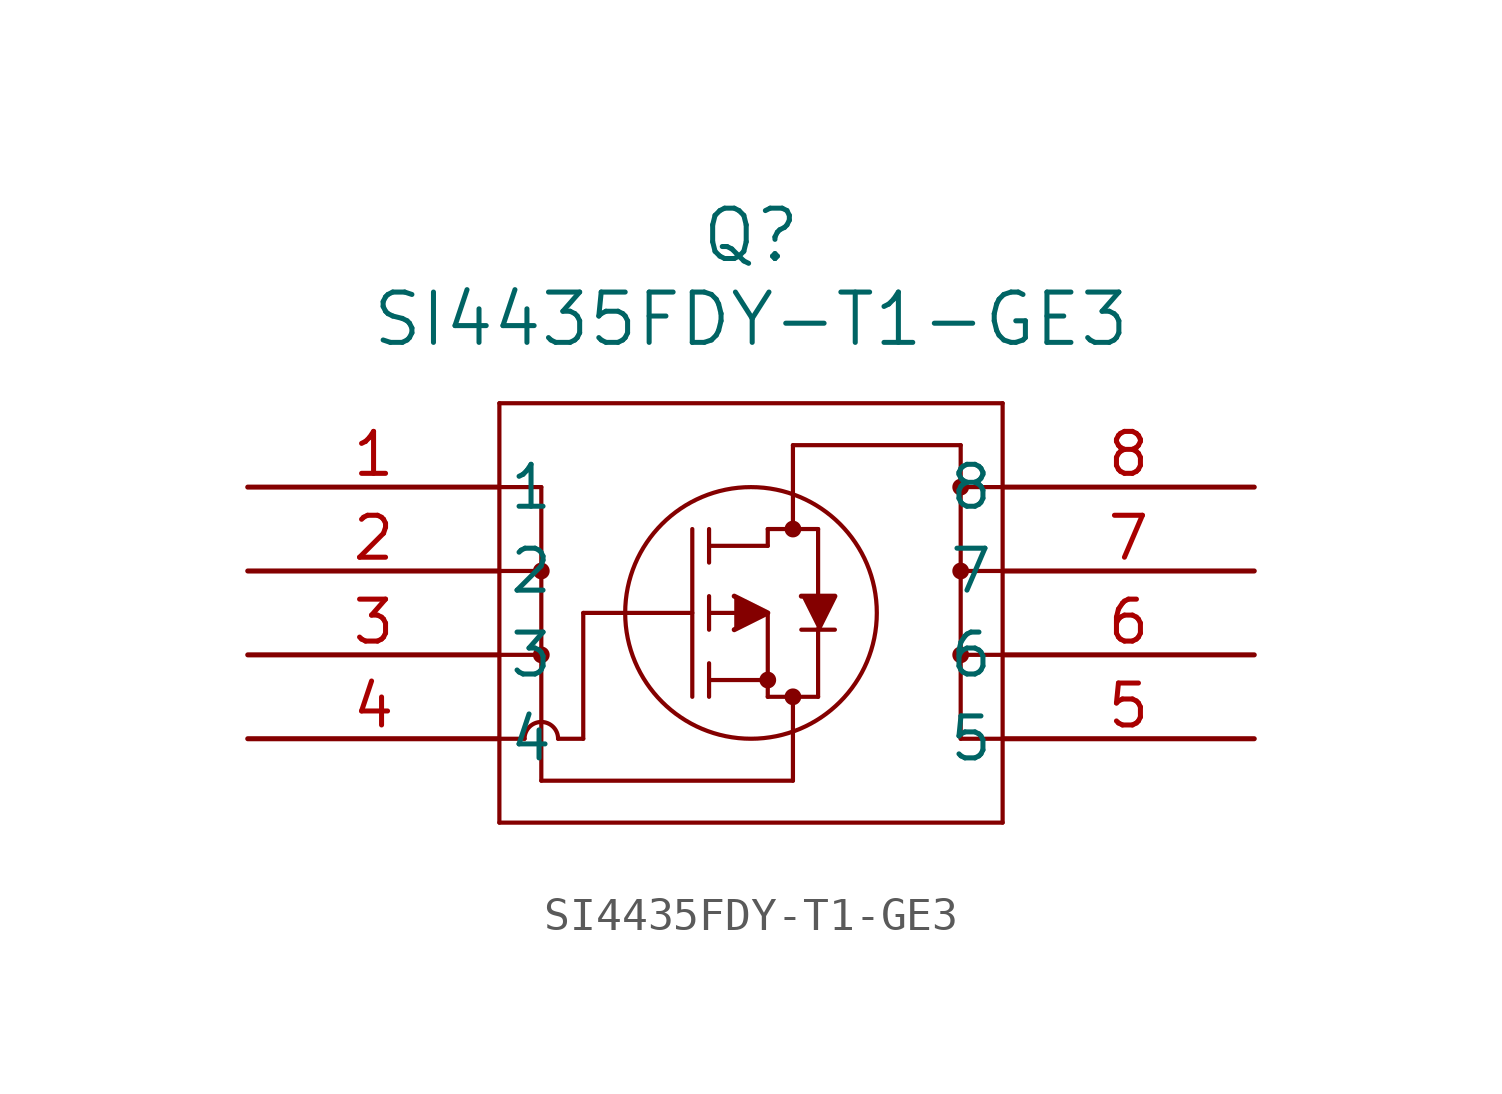
<source format=kicad_sym>
(kicad_symbol_lib
  (version 20231120)
  (generator "kicad_symbol_editor")
  (generator_version "8.0")
  (symbol "SI4435FDY-T1-GE3"
    (pin_names
      (offset 0.254))
    (property "Reference" "Q"
      (at 15.24 7.62 0)
      (effects (font (size 1.524 1.524))))
    (property "Value" "SI4435FDY-T1-GE3"
      (at 15.24 5.08 0)
      (effects (font (size 1.524 1.524))))
    (property "ki_locked" ""
      (at 0 0 0)
      (effects (font (size 1.27 1.27))))
    (symbol "SI4435FDY-T1-GE3_0_1"
      (polyline (pts (xy 7.62 -10.16) (xy 22.86 -10.16)) (stroke (width 0.127) (type default)) (fill (type none)))
      (polyline (pts (xy 7.62 -7.62) (xy 8.382 -7.62)) (stroke (width 0.127) (type default)) (fill (type none)))
      (polyline (pts (xy 7.62 -5.08) (xy 8.89 -5.08)) (stroke (width 0.127) (type default)) (fill (type none)))
      (polyline (pts (xy 7.62 -2.54) (xy 8.89 -2.54)) (stroke (width 0.127) (type default)) (fill (type none)))
      (polyline (pts (xy 7.62 0) (xy 8.89 0)) (stroke (width 0.127) (type default)) (fill (type none)))
      (polyline (pts (xy 7.62 2.54) (xy 7.62 -10.16)) (stroke (width 0.127) (type default)) (fill (type none)))
      (polyline (pts (xy 8.89 -8.89) (xy 16.51 -8.89)) (stroke (width 0.127) (type default)) (fill (type none)))
      (polyline (pts (xy 8.89 0) (xy 8.89 -8.89)) (stroke (width 0.127) (type default)) (fill (type none)))
      (polyline (pts (xy 10.16 -7.62) (xy 9.398 -7.62)) (stroke (width 0.127) (type default)) (fill (type none)))
      (polyline (pts (xy 10.16 -3.81) (xy 10.16 -7.62)) (stroke (width 0.127) (type default)) (fill (type none)))
      (polyline (pts (xy 10.16 -3.81) (xy 13.462 -3.81)) (stroke (width 0.127) (type default)) (fill (type none)))
      (polyline (pts (xy 13.462 -6.35) (xy 13.462 -1.27)) (stroke (width 0.127) (type default)) (fill (type none)))
      (polyline (pts (xy 13.97 -6.35) (xy 13.97 -5.334)) (stroke (width 0.127) (type default)) (fill (type none)))
      (polyline (pts (xy 13.97 -5.842) (xy 15.748 -5.842)) (stroke (width 0.127) (type default)) (fill (type none)))
      (polyline (pts (xy 13.97 -4.318) (xy 13.97 -3.302)) (stroke (width 0.127) (type default)) (fill (type none)))
      (polyline (pts (xy 13.97 -2.286) (xy 13.97 -1.27)) (stroke (width 0.127) (type default)) (fill (type none)))
      (polyline (pts (xy 13.97 -1.778) (xy 15.748 -1.778)) (stroke (width 0.127) (type default)) (fill (type none)))
      (polyline (pts (xy 14.732 -3.81) (xy 13.97 -3.81)) (stroke (width 0.127) (type default)) (fill (type none)))
      (polyline (pts (xy 15.748 -6.35) (xy 15.748 -3.81)) (stroke (width 0.127) (type default)) (fill (type none)))
      (polyline (pts (xy 15.748 -6.35) (xy 17.272 -6.35)) (stroke (width 0.127) (type default)) (fill (type none)))
      (polyline (pts (xy 15.748 -1.778) (xy 15.748 -1.27)) (stroke (width 0.127) (type default)) (fill (type none)))
      (polyline (pts (xy 15.748 -1.27) (xy 17.272 -1.27)) (stroke (width 0.127) (type default)) (fill (type none)))
      (polyline (pts (xy 16.51 -8.89) (xy 16.51 -6.35)) (stroke (width 0.127) (type default)) (fill (type none)))
      (polyline (pts (xy 16.51 1.27) (xy 16.51 -1.27)) (stroke (width 0.127) (type default)) (fill (type none)))
      (polyline (pts (xy 16.764 -4.318) (xy 17.78 -4.318)) (stroke (width 0.127) (type default)) (fill (type none)))
      (polyline (pts (xy 17.272 -6.35) (xy 17.272 -4.318)) (stroke (width 0.127) (type default)) (fill (type none)))
      (polyline (pts (xy 17.272 -3.302) (xy 17.272 -1.27)) (stroke (width 0.127) (type default)) (fill (type none)))
      (polyline (pts (xy 21.59 -7.62) (xy 21.59 1.27)) (stroke (width 0.127) (type default)) (fill (type none)))
      (polyline (pts (xy 21.59 1.27) (xy 16.51 1.27)) (stroke (width 0.127) (type default)) (fill (type none)))
      (polyline (pts (xy 22.86 -10.16) (xy 22.86 2.54)) (stroke (width 0.127) (type default)) (fill (type none)))
      (polyline (pts (xy 22.86 -7.62) (xy 21.59 -7.62)) (stroke (width 0.127) (type default)) (fill (type none)))
      (polyline (pts (xy 22.86 -5.08) (xy 21.59 -5.08)) (stroke (width 0.127) (type default)) (fill (type none)))
      (polyline (pts (xy 22.86 -2.54) (xy 21.59 -2.54)) (stroke (width 0.127) (type default)) (fill (type none)))
      (polyline (pts (xy 22.86 0) (xy 21.59 0)) (stroke (width 0.127) (type default)) (fill (type none)))
      (polyline (pts (xy 22.86 2.54) (xy 7.62 2.54)) (stroke (width 0.127) (type default)) (fill (type none)))
      (polyline (pts (xy 14.732 -4.318) (xy 15.748 -3.81) (xy 14.732 -3.302)) (stroke (width 0) (type default)) (fill (type outline)))
      (polyline (pts (xy 16.764 -3.302) (xy 17.78 -3.302) (xy 17.272 -4.318)) (stroke (width 0) (type default)) (fill (type outline)))
      (circle (center 8.89 -5.08) (radius 0.127) (stroke (width 0.254) (type default)) (fill (type none)))
      (circle (center 8.89 -2.54) (radius 0.127) (stroke (width 0.254) (type default)) (fill (type none)))
      (arc (start 9.398 -7.62) (mid 8.89 -7.1142) (end 8.382 -7.62) (stroke (width 0.127) (type default)) (fill (type none)))
      (circle (center 15.24 -3.81) (radius 3.81) (stroke (width 0.127) (type default)) (fill (type none)))
      (circle (center 15.748 -5.842) (radius 0.127) (stroke (width 0.254) (type default)) (fill (type none)))
      (circle (center 16.51 -6.35) (radius 0.127) (stroke (width 0.254) (type default)) (fill (type none)))
      (circle (center 16.51 -1.27) (radius 0.127) (stroke (width 0.254) (type default)) (fill (type none)))
      (circle (center 21.59 -5.08) (radius 0.127) (stroke (width 0.254) (type default)) (fill (type none)))
      (circle (center 21.59 -2.54) (radius 0.127) (stroke (width 0.254) (type default)) (fill (type none)))
      (circle (center 21.59 0) (radius 0.127) (stroke (width 0.254) (type default)) (fill (type none)))
      (pin unspecified line (at 0 0 0) (length 7.62) (name "1" (effects (font (size 1.27 1.27)))) (number "1" (effects (font (size 1.27 1.27)))))
      (pin unspecified line (at 0 -2.54 0) (length 7.62) (name "2" (effects (font (size 1.27 1.27)))) (number "2" (effects (font (size 1.27 1.27)))))
      (pin unspecified line (at 0 -5.08 0) (length 7.62) (name "3" (effects (font (size 1.27 1.27)))) (number "3" (effects (font (size 1.27 1.27)))))
      (pin unspecified line (at 0 -7.62 0) (length 7.62) (name "4" (effects (font (size 1.27 1.27)))) (number "4" (effects (font (size 1.27 1.27)))))
      (pin unspecified line (at 30.48 -7.62 180) (length 7.62) (name "5" (effects (font (size 1.27 1.27)))) (number "5" (effects (font (size 1.27 1.27)))))
      (pin unspecified line (at 30.48 -5.08 180) (length 7.62) (name "6" (effects (font (size 1.27 1.27)))) (number "6" (effects (font (size 1.27 1.27)))))
      (pin unspecified line (at 30.48 -2.54 180) (length 7.62) (name "7" (effects (font (size 1.27 1.27)))) (number "7" (effects (font (size 1.27 1.27)))))
      (pin unspecified line (at 30.48 0 180) (length 7.62) (name "8" (effects (font (size 1.27 1.27)))) (number "8" (effects (font (size 1.27 1.27))))))))
</source>
